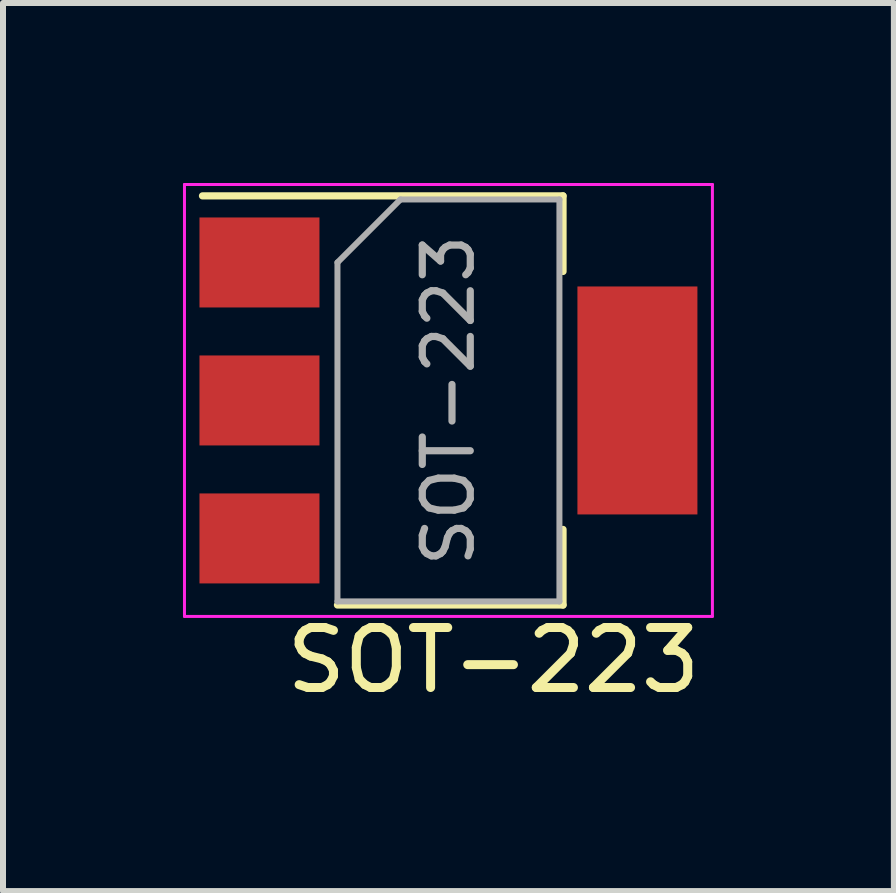
<source format=kicad_pcb>
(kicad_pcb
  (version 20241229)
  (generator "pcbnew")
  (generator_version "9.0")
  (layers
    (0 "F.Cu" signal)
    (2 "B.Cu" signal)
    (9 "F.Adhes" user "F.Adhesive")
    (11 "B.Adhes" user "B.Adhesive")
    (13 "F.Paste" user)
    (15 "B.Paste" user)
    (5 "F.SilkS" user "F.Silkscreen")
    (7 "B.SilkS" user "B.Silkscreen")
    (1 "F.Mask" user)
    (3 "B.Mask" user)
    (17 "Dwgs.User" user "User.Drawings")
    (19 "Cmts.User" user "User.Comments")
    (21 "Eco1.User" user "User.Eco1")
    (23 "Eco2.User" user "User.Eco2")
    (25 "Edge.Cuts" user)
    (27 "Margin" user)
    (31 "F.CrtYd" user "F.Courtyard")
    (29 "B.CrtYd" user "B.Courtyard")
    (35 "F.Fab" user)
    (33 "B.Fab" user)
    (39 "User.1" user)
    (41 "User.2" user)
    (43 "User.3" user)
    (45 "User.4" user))
  (footprint "SOT-223"
    (layer "F.Cu")
    (at 4.425 3.625)
    (property "Reference" "SOT-223" (at 0.75 4.33 0) (layer "F.SilkS") (effects (font (size 1 1) (thickness 0.15))))
    (attr smd)
    (fp_line (start -4.1 -3.41) (end 1.91 -3.41) (stroke (width 0.12) (type solid)) (layer "F.SilkS"))
    (fp_line (start -1.85 3.41) (end 1.91 3.41) (stroke (width 0.12) (type solid)) (layer "F.SilkS"))
    (fp_line (start 1.91 -3.41) (end 1.91 -2.15) (stroke (width 0.12) (type solid)) (layer "F.SilkS"))
    (fp_line (start 1.91 3.41) (end 1.91 2.15) (stroke (width 0.12) (type solid)) (layer "F.SilkS"))
    (fp_line (start -4.4 -3.6) (end -4.4 3.6) (stroke (width 0.05) (type solid)) (layer "F.CrtYd"))
    (fp_line (start -4.4 3.6) (end 4.4 3.6) (stroke (width 0.05) (type solid)) (layer "F.CrtYd"))
    (fp_line (start 4.4 -3.6) (end -4.4 -3.6) (stroke (width 0.05) (type solid)) (layer "F.CrtYd"))
    (fp_line (start 4.4 3.6) (end 4.4 -3.6) (stroke (width 0.05) (type solid)) (layer "F.CrtYd"))
    (fp_line (start -1.85 -2.3) (end -1.85 3.35) (stroke (width 0.1) (type solid)) (layer "F.Fab"))
    (fp_line (start -1.85 -2.3) (end -0.8 -3.35) (stroke (width 0.1) (type solid)) (layer "F.Fab"))
    (fp_line (start -1.85 3.35) (end 1.85 3.35) (stroke (width 0.1) (type solid)) (layer "F.Fab"))
    (fp_line (start -0.8 -3.35) (end 1.85 -3.35) (stroke (width 0.1) (type solid)) (layer "F.Fab"))
    (fp_line (start 1.85 -3.35) (end 1.85 3.35) (stroke (width 0.1) (type solid)) (layer "F.Fab"))
    (fp_text user "${REFERENCE}" (at 0 0 90) (layer "F.Fab") (effects (font (size 0.8 0.8) (thickness 0.12))))
    (pad "1" smd rect (at -3.15 -2.3) (size 2 1.5) (layers "F.Cu" "F.Mask" "F.Paste"))
    (pad "2" smd rect (at -3.15 0) (size 2 1.5) (layers "F.Cu" "F.Mask" "F.Paste"))
    (pad "3" smd rect (at -3.15 2.3) (size 2 1.5) (layers "F.Cu" "F.Mask" "F.Paste"))
    (pad "4" smd rect (at 3.15 0) (size 2 3.8) (layers "F.Cu" "F.Mask" "F.Paste")))
  (gr_rect
    (start -3 -3)
    (end 11.85 11.803)
    (stroke (width 0.1) (type default))
    (fill no)
    (layer "Edge.Cuts")))
</source>
